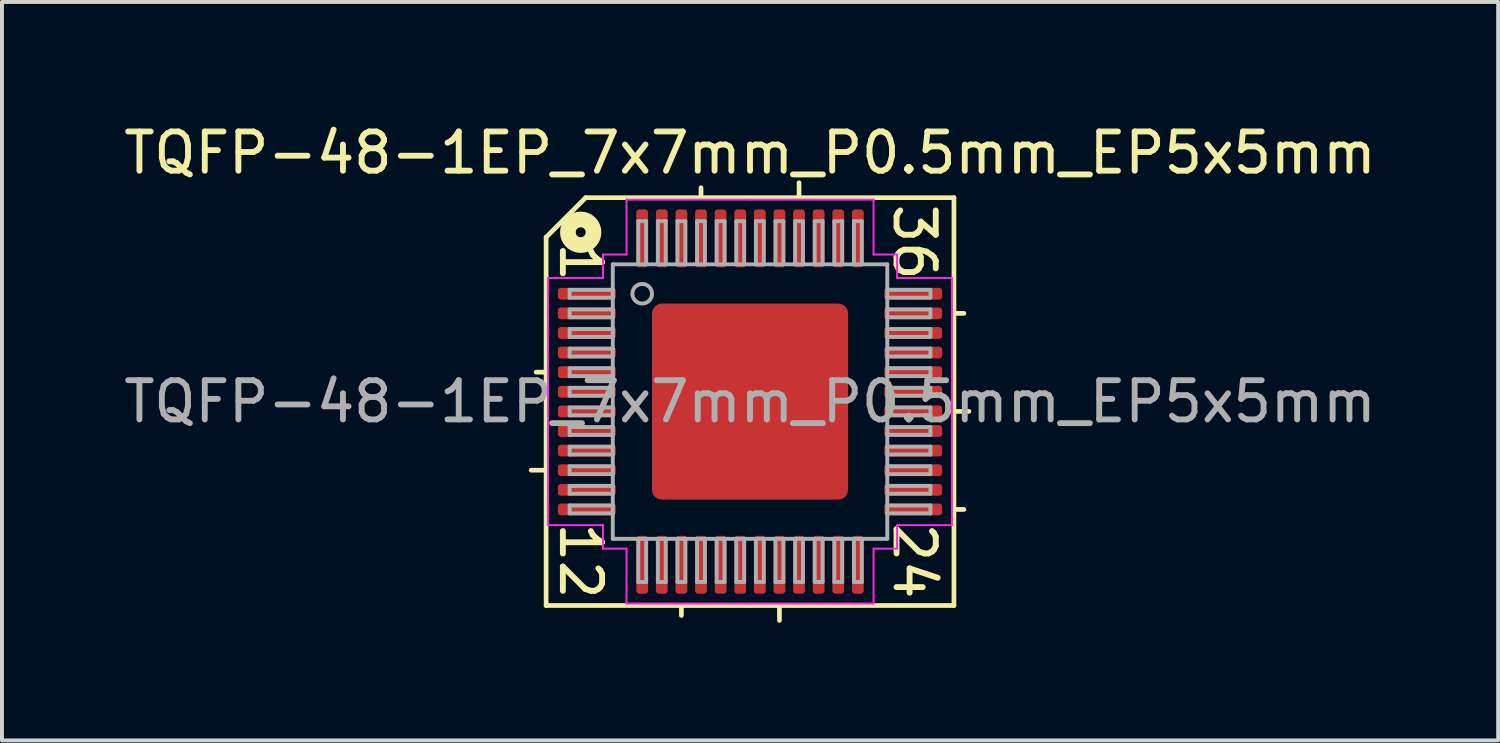
<source format=kicad_pcb>
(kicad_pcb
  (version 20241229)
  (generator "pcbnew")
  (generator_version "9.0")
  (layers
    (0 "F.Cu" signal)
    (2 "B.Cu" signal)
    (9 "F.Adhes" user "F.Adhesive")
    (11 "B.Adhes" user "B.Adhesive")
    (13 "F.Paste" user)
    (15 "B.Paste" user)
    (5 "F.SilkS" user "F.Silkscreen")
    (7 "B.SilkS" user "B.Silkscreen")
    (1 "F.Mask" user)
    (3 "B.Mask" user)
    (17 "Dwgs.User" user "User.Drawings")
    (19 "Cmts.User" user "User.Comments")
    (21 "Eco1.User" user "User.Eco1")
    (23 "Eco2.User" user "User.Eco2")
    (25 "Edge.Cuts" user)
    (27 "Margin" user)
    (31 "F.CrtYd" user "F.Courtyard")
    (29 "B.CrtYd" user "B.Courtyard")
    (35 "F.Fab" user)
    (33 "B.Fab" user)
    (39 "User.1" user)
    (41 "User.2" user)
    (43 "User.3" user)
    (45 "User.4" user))
  (footprint "TQFP-48-1EP_7x7mm_P0.5mm_EP5x5mm"
    (layer "F.Cu")
    (at 16.077 7.191)
    (property "Reference" "TQFP-48-1EP_7x7mm_P0.5mm_EP5x5mm" (at 0 -6.343 0) (layer "F.SilkS") (effects (font (size 1 1) (thickness 0.15))))
    (attr smd)
    (fp_line (start -5.2 -4.191) (end -5.2 5.2) (stroke (width 0.12) (type solid)) (layer "F.SilkS"))
    (fp_line (start -5.2 -0.75) (end -5.454 -0.75) (stroke (width 0.12) (type solid)) (layer "F.SilkS"))
    (fp_line (start -5.2 1.75) (end -5.581 1.75) (stroke (width 0.12) (type solid)) (layer "F.SilkS"))
    (fp_line (start -5.2 5.2) (end 5.2 5.2) (stroke (width 0.12) (type solid)) (layer "F.SilkS"))
    (fp_line (start -4.191 -5.2) (end -5.2 -4.191) (stroke (width 0.12) (type solid)) (layer "F.SilkS"))
    (fp_line (start -1.75 5.2) (end -1.75 5.454) (stroke (width 0.12) (type solid)) (layer "F.SilkS"))
    (fp_line (start -1.25 -5.2) (end -1.25 -5.454) (stroke (width 0.12) (type solid)) (layer "F.SilkS"))
    (fp_line (start 0.75 5.2) (end 0.75 5.581) (stroke (width 0.12) (type solid)) (layer "F.SilkS"))
    (fp_line (start 1.25 -5.2) (end 1.25 -5.581) (stroke (width 0.12) (type solid)) (layer "F.SilkS"))
    (fp_line (start 5.2 -5.2) (end -4.191 -5.2) (stroke (width 0.12) (type solid)) (layer "F.SilkS"))
    (fp_line (start 5.2 -2.25) (end 5.454 -2.25) (stroke (width 0.12) (type solid)) (layer "F.SilkS"))
    (fp_line (start 5.2 0.25) (end 5.581 0.25) (stroke (width 0.12) (type solid)) (layer "F.SilkS"))
    (fp_line (start 5.2 2.75) (end 5.454 2.75) (stroke (width 0.12) (type solid)) (layer "F.SilkS"))
    (fp_line (start 5.2 5.2) (end 5.2 -5.2) (stroke (width 0.12) (type solid)) (layer "F.SilkS"))
    (fp_circle (center -4.318 -4.318) (end -4.191 -4.318) (stroke (width 0.4) (type solid)) (fill no) (layer "F.SilkS"))
    (fp_line (start -5.15 -3.15) (end -5.15 0) (stroke (width 0.05) (type solid)) (layer "F.CrtYd"))
    (fp_line (start -5.15 3.15) (end -5.15 0) (stroke (width 0.05) (type solid)) (layer "F.CrtYd"))
    (fp_line (start -3.75 -3.75) (end -3.75 -3.15) (stroke (width 0.05) (type solid)) (layer "F.CrtYd"))
    (fp_line (start -3.75 -3.15) (end -5.15 -3.15) (stroke (width 0.05) (type solid)) (layer "F.CrtYd"))
    (fp_line (start -3.75 3.15) (end -5.15 3.15) (stroke (width 0.05) (type solid)) (layer "F.CrtYd"))
    (fp_line (start -3.75 3.75) (end -3.75 3.15) (stroke (width 0.05) (type solid)) (layer "F.CrtYd"))
    (fp_line (start -3.15 -5.15) (end -3.15 -3.75) (stroke (width 0.05) (type solid)) (layer "F.CrtYd"))
    (fp_line (start -3.15 -3.75) (end -3.75 -3.75) (stroke (width 0.05) (type solid)) (layer "F.CrtYd"))
    (fp_line (start -3.15 3.75) (end -3.75 3.75) (stroke (width 0.05) (type solid)) (layer "F.CrtYd"))
    (fp_line (start -3.15 5.15) (end -3.15 3.75) (stroke (width 0.05) (type solid)) (layer "F.CrtYd"))
    (fp_line (start 0 -5.15) (end -3.15 -5.15) (stroke (width 0.05) (type solid)) (layer "F.CrtYd"))
    (fp_line (start 0 -5.15) (end 3.15 -5.15) (stroke (width 0.05) (type solid)) (layer "F.CrtYd"))
    (fp_line (start 0 5.15) (end -3.15 5.15) (stroke (width 0.05) (type solid)) (layer "F.CrtYd"))
    (fp_line (start 0 5.15) (end 3.15 5.15) (stroke (width 0.05) (type solid)) (layer "F.CrtYd"))
    (fp_line (start 3.15 -5.15) (end 3.15 -3.75) (stroke (width 0.05) (type solid)) (layer "F.CrtYd"))
    (fp_line (start 3.15 -3.75) (end 3.75 -3.75) (stroke (width 0.05) (type solid)) (layer "F.CrtYd"))
    (fp_line (start 3.15 3.75) (end 3.75 3.75) (stroke (width 0.05) (type solid)) (layer "F.CrtYd"))
    (fp_line (start 3.15 5.15) (end 3.15 3.75) (stroke (width 0.05) (type solid)) (layer "F.CrtYd"))
    (fp_line (start 3.75 -3.75) (end 3.75 -3.15) (stroke (width 0.05) (type solid)) (layer "F.CrtYd"))
    (fp_line (start 3.75 -3.15) (end 5.15 -3.15) (stroke (width 0.05) (type solid)) (layer "F.CrtYd"))
    (fp_line (start 3.75 3.15) (end 5.15 3.15) (stroke (width 0.05) (type solid)) (layer "F.CrtYd"))
    (fp_line (start 3.75 3.75) (end 3.75 3.15) (stroke (width 0.05) (type solid)) (layer "F.CrtYd"))
    (fp_line (start 5.15 -3.15) (end 5.15 0) (stroke (width 0.05) (type solid)) (layer "F.CrtYd"))
    (fp_line (start 5.15 3.15) (end 5.15 0) (stroke (width 0.05) (type solid)) (layer "F.CrtYd"))
    (fp_line (start -4.6 -2.85) (end -4.6 -2.65) (stroke (width 0.1) (type solid)) (layer "F.Fab"))
    (fp_line (start -4.6 -2.85) (end -3.5 -2.85) (stroke (width 0.1) (type solid)) (layer "F.Fab"))
    (fp_line (start -4.6 -2.65) (end -3.5 -2.65) (stroke (width 0.1) (type solid)) (layer "F.Fab"))
    (fp_line (start -4.6 -2.35) (end -4.6 -2.15) (stroke (width 0.1) (type solid)) (layer "F.Fab"))
    (fp_line (start -4.6 -2.35) (end -3.5 -2.35) (stroke (width 0.1) (type solid)) (layer "F.Fab"))
    (fp_line (start -4.6 -2.15) (end -3.5 -2.15) (stroke (width 0.1) (type solid)) (layer "F.Fab"))
    (fp_line (start -4.6 -1.85) (end -4.6 -1.65) (stroke (width 0.1) (type solid)) (layer "F.Fab"))
    (fp_line (start -4.6 -1.85) (end -3.5 -1.85) (stroke (width 0.1) (type solid)) (layer "F.Fab"))
    (fp_line (start -4.6 -1.65) (end -3.5 -1.65) (stroke (width 0.1) (type solid)) (layer "F.Fab"))
    (fp_line (start -4.6 -1.35) (end -4.6 -1.15) (stroke (width 0.1) (type solid)) (layer "F.Fab"))
    (fp_line (start -4.6 -1.35) (end -3.5 -1.35) (stroke (width 0.1) (type solid)) (layer "F.Fab"))
    (fp_line (start -4.6 -1.15) (end -3.5 -1.15) (stroke (width 0.1) (type solid)) (layer "F.Fab"))
    (fp_line (start -4.6 -0.85) (end -4.6 -0.65) (stroke (width 0.1) (type solid)) (layer "F.Fab"))
    (fp_line (start -4.6 -0.85) (end -3.5 -0.85) (stroke (width 0.1) (type solid)) (layer "F.Fab"))
    (fp_line (start -4.6 -0.65) (end -3.5 -0.65) (stroke (width 0.1) (type solid)) (layer "F.Fab"))
    (fp_line (start -4.6 -0.35) (end -4.6 -0.15) (stroke (width 0.1) (type solid)) (layer "F.Fab"))
    (fp_line (start -4.6 -0.35) (end -3.5 -0.35) (stroke (width 0.1) (type solid)) (layer "F.Fab"))
    (fp_line (start -4.6 -0.15) (end -3.5 -0.15) (stroke (width 0.1) (type solid)) (layer "F.Fab"))
    (fp_line (start -4.6 0.15) (end -4.6 0.35) (stroke (width 0.1) (type solid)) (layer "F.Fab"))
    (fp_line (start -4.6 0.15) (end -3.5 0.15) (stroke (width 0.1) (type solid)) (layer "F.Fab"))
    (fp_line (start -4.6 0.35) (end -3.5 0.35) (stroke (width 0.1) (type solid)) (layer "F.Fab"))
    (fp_line (start -4.6 0.65) (end -4.6 0.85) (stroke (width 0.1) (type solid)) (layer "F.Fab"))
    (fp_line (start -4.6 0.65) (end -3.5 0.65) (stroke (width 0.1) (type solid)) (layer "F.Fab"))
    (fp_line (start -4.6 0.85) (end -3.5 0.85) (stroke (width 0.1) (type solid)) (layer "F.Fab"))
    (fp_line (start -4.6 1.15) (end -4.6 1.35) (stroke (width 0.1) (type solid)) (layer "F.Fab"))
    (fp_line (start -4.6 1.15) (end -3.5 1.15) (stroke (width 0.1) (type solid)) (layer "F.Fab"))
    (fp_line (start -4.6 1.35) (end -3.5 1.35) (stroke (width 0.1) (type solid)) (layer "F.Fab"))
    (fp_line (start -4.6 1.65) (end -4.6 1.85) (stroke (width 0.1) (type solid)) (layer "F.Fab"))
    (fp_line (start -4.6 1.65) (end -3.5 1.65) (stroke (width 0.1) (type solid)) (layer "F.Fab"))
    (fp_line (start -4.6 1.85) (end -3.5 1.85) (stroke (width 0.1) (type solid)) (layer "F.Fab"))
    (fp_line (start -4.6 2.15) (end -4.6 2.35) (stroke (width 0.1) (type solid)) (layer "F.Fab"))
    (fp_line (start -4.6 2.15) (end -3.5 2.15) (stroke (width 0.1) (type solid)) (layer "F.Fab"))
    (fp_line (start -4.6 2.35) (end -3.5 2.35) (stroke (width 0.1) (type solid)) (layer "F.Fab"))
    (fp_line (start -4.6 2.65) (end -4.6 2.85) (stroke (width 0.1) (type solid)) (layer "F.Fab"))
    (fp_line (start -4.6 2.65) (end -3.5 2.65) (stroke (width 0.1) (type solid)) (layer "F.Fab"))
    (fp_line (start -4.6 2.85) (end -3.5 2.85) (stroke (width 0.1) (type solid)) (layer "F.Fab"))
    (fp_line (start -3.5 -3.5) (end 3.5 -3.5) (stroke (width 0.1) (type solid)) (layer "F.Fab"))
    (fp_line (start -3.5 3.5) (end -3.5 -3.5) (stroke (width 0.1) (type solid)) (layer "F.Fab"))
    (fp_line (start -2.85 -4.6) (end -2.85 -3.5) (stroke (width 0.1) (type solid)) (layer "F.Fab"))
    (fp_line (start -2.85 4.6) (end -2.85 3.5) (stroke (width 0.1) (type solid)) (layer "F.Fab"))
    (fp_line (start -2.85 4.6) (end -2.65 4.6) (stroke (width 0.1) (type solid)) (layer "F.Fab"))
    (fp_line (start -2.65 -4.6) (end -2.85 -4.6) (stroke (width 0.1) (type solid)) (layer "F.Fab"))
    (fp_line (start -2.65 -4.6) (end -2.65 -3.5) (stroke (width 0.1) (type solid)) (layer "F.Fab"))
    (fp_line (start -2.65 4.6) (end -2.65 3.5) (stroke (width 0.1) (type solid)) (layer "F.Fab"))
    (fp_line (start -2.35 -4.6) (end -2.35 -3.5) (stroke (width 0.1) (type solid)) (layer "F.Fab"))
    (fp_line (start -2.35 4.6) (end -2.35 3.5) (stroke (width 0.1) (type solid)) (layer "F.Fab"))
    (fp_line (start -2.35 4.6) (end -2.15 4.6) (stroke (width 0.1) (type solid)) (layer "F.Fab"))
    (fp_line (start -2.15 -4.6) (end -2.35 -4.6) (stroke (width 0.1) (type solid)) (layer "F.Fab"))
    (fp_line (start -2.15 -4.6) (end -2.15 -3.5) (stroke (width 0.1) (type solid)) (layer "F.Fab"))
    (fp_line (start -2.15 4.6) (end -2.15 3.5) (stroke (width 0.1) (type solid)) (layer "F.Fab"))
    (fp_line (start -1.85 -4.6) (end -1.85 -3.5) (stroke (width 0.1) (type solid)) (layer "F.Fab"))
    (fp_line (start -1.85 4.6) (end -1.85 3.5) (stroke (width 0.1) (type solid)) (layer "F.Fab"))
    (fp_line (start -1.85 4.6) (end -1.65 4.6) (stroke (width 0.1) (type solid)) (layer "F.Fab"))
    (fp_line (start -1.65 -4.6) (end -1.85 -4.6) (stroke (width 0.1) (type solid)) (layer "F.Fab"))
    (fp_line (start -1.65 -4.6) (end -1.65 -3.5) (stroke (width 0.1) (type solid)) (layer "F.Fab"))
    (fp_line (start -1.65 4.6) (end -1.65 3.5) (stroke (width 0.1) (type solid)) (layer "F.Fab"))
    (fp_line (start -1.35 -4.6) (end -1.35 -3.5) (stroke (width 0.1) (type solid)) (layer "F.Fab"))
    (fp_line (start -1.35 4.6) (end -1.35 3.5) (stroke (width 0.1) (type solid)) (layer "F.Fab"))
    (fp_line (start -1.35 4.6) (end -1.15 4.6) (stroke (width 0.1) (type solid)) (layer "F.Fab"))
    (fp_line (start -1.15 -4.6) (end -1.35 -4.6) (stroke (width 0.1) (type solid)) (layer "F.Fab"))
    (fp_line (start -1.15 -4.6) (end -1.15 -3.5) (stroke (width 0.1) (type solid)) (layer "F.Fab"))
    (fp_line (start -1.15 4.6) (end -1.15 3.5) (stroke (width 0.1) (type solid)) (layer "F.Fab"))
    (fp_line (start -0.85 -4.6) (end -0.85 -3.5) (stroke (width 0.1) (type solid)) (layer "F.Fab"))
    (fp_line (start -0.85 4.6) (end -0.85 3.5) (stroke (width 0.1) (type solid)) (layer "F.Fab"))
    (fp_line (start -0.85 4.6) (end -0.65 4.6) (stroke (width 0.1) (type solid)) (layer "F.Fab"))
    (fp_line (start -0.65 -4.6) (end -0.85 -4.6) (stroke (width 0.1) (type solid)) (layer "F.Fab"))
    (fp_line (start -0.65 -4.6) (end -0.65 -3.5) (stroke (width 0.1) (type solid)) (layer "F.Fab"))
    (fp_line (start -0.65 4.6) (end -0.65 3.5) (stroke (width 0.1) (type solid)) (layer "F.Fab"))
    (fp_line (start -0.35 -4.6) (end -0.35 -3.5) (stroke (width 0.1) (type solid)) (layer "F.Fab"))
    (fp_line (start -0.35 4.6) (end -0.35 3.5) (stroke (width 0.1) (type solid)) (layer "F.Fab"))
    (fp_line (start -0.35 4.6) (end -0.15 4.6) (stroke (width 0.1) (type solid)) (layer "F.Fab"))
    (fp_line (start -0.15 -4.6) (end -0.35 -4.6) (stroke (width 0.1) (type solid)) (layer "F.Fab"))
    (fp_line (start -0.15 -4.6) (end -0.15 -3.5) (stroke (width 0.1) (type solid)) (layer "F.Fab"))
    (fp_line (start -0.15 4.6) (end -0.15 3.5) (stroke (width 0.1) (type solid)) (layer "F.Fab"))
    (fp_line (start 0.15 -4.6) (end 0.15 -3.5) (stroke (width 0.1) (type solid)) (layer "F.Fab"))
    (fp_line (start 0.15 4.6) (end 0.15 3.5) (stroke (width 0.1) (type solid)) (layer "F.Fab"))
    (fp_line (start 0.15 4.6) (end 0.35 4.6) (stroke (width 0.1) (type solid)) (layer "F.Fab"))
    (fp_line (start 0.35 -4.6) (end 0.15 -4.6) (stroke (width 0.1) (type solid)) (layer "F.Fab"))
    (fp_line (start 0.35 -4.6) (end 0.35 -3.5) (stroke (width 0.1) (type solid)) (layer "F.Fab"))
    (fp_line (start 0.35 4.6) (end 0.35 3.5) (stroke (width 0.1) (type solid)) (layer "F.Fab"))
    (fp_line (start 0.65 -4.6) (end 0.65 -3.5) (stroke (width 0.1) (type solid)) (layer "F.Fab"))
    (fp_line (start 0.65 4.6) (end 0.65 3.5) (stroke (width 0.1) (type solid)) (layer "F.Fab"))
    (fp_line (start 0.65 4.6) (end 0.85 4.6) (stroke (width 0.1) (type solid)) (layer "F.Fab"))
    (fp_line (start 0.85 -4.6) (end 0.65 -4.6) (stroke (width 0.1) (type solid)) (layer "F.Fab"))
    (fp_line (start 0.85 -4.6) (end 0.85 -3.5) (stroke (width 0.1) (type solid)) (layer "F.Fab"))
    (fp_line (start 0.85 4.6) (end 0.85 3.5) (stroke (width 0.1) (type solid)) (layer "F.Fab"))
    (fp_line (start 1.15 -4.6) (end 1.15 -3.5) (stroke (width 0.1) (type solid)) (layer "F.Fab"))
    (fp_line (start 1.15 4.6) (end 1.15 3.5) (stroke (width 0.1) (type solid)) (layer "F.Fab"))
    (fp_line (start 1.15 4.6) (end 1.35 4.6) (stroke (width 0.1) (type solid)) (layer "F.Fab"))
    (fp_line (start 1.35 -4.6) (end 1.15 -4.6) (stroke (width 0.1) (type solid)) (layer "F.Fab"))
    (fp_line (start 1.35 -4.6) (end 1.35 -3.5) (stroke (width 0.1) (type solid)) (layer "F.Fab"))
    (fp_line (start 1.35 4.6) (end 1.35 3.5) (stroke (width 0.1) (type solid)) (layer "F.Fab"))
    (fp_line (start 1.65 -4.6) (end 1.65 -3.5) (stroke (width 0.1) (type solid)) (layer "F.Fab"))
    (fp_line (start 1.65 4.6) (end 1.65 3.5) (stroke (width 0.1) (type solid)) (layer "F.Fab"))
    (fp_line (start 1.65 4.6) (end 1.85 4.6) (stroke (width 0.1) (type solid)) (layer "F.Fab"))
    (fp_line (start 1.85 -4.6) (end 1.65 -4.6) (stroke (width 0.1) (type solid)) (layer "F.Fab"))
    (fp_line (start 1.85 -4.6) (end 1.85 -3.5) (stroke (width 0.1) (type solid)) (layer "F.Fab"))
    (fp_line (start 1.85 4.6) (end 1.85 3.5) (stroke (width 0.1) (type solid)) (layer "F.Fab"))
    (fp_line (start 2.15 -4.6) (end 2.15 -3.5) (stroke (width 0.1) (type solid)) (layer "F.Fab"))
    (fp_line (start 2.15 4.6) (end 2.15 3.5) (stroke (width 0.1) (type solid)) (layer "F.Fab"))
    (fp_line (start 2.15 4.6) (end 2.35 4.6) (stroke (width 0.1) (type solid)) (layer "F.Fab"))
    (fp_line (start 2.35 -4.6) (end 2.15 -4.6) (stroke (width 0.1) (type solid)) (layer "F.Fab"))
    (fp_line (start 2.35 -4.6) (end 2.35 -3.5) (stroke (width 0.1) (type solid)) (layer "F.Fab"))
    (fp_line (start 2.35 4.6) (end 2.35 3.5) (stroke (width 0.1) (type solid)) (layer "F.Fab"))
    (fp_line (start 2.65 -4.6) (end 2.65 -3.5) (stroke (width 0.1) (type solid)) (layer "F.Fab"))
    (fp_line (start 2.65 4.6) (end 2.65 3.5) (stroke (width 0.1) (type solid)) (layer "F.Fab"))
    (fp_line (start 2.65 4.6) (end 2.85 4.6) (stroke (width 0.1) (type solid)) (layer "F.Fab"))
    (fp_line (start 2.85 -4.6) (end 2.65 -4.6) (stroke (width 0.1) (type solid)) (layer "F.Fab"))
    (fp_line (start 2.85 -4.6) (end 2.85 -3.5) (stroke (width 0.1) (type solid)) (layer "F.Fab"))
    (fp_line (start 2.85 4.6) (end 2.85 3.5) (stroke (width 0.1) (type solid)) (layer "F.Fab"))
    (fp_line (start 3.5 -3.5) (end 3.5 3.5) (stroke (width 0.1) (type solid)) (layer "F.Fab"))
    (fp_line (start 3.5 3.5) (end -3.5 3.5) (stroke (width 0.1) (type solid)) (layer "F.Fab"))
    (fp_line (start 4.6 -2.85) (end 3.5 -2.85) (stroke (width 0.1) (type solid)) (layer "F.Fab"))
    (fp_line (start 4.6 -2.65) (end 3.5 -2.65) (stroke (width 0.1) (type solid)) (layer "F.Fab"))
    (fp_line (start 4.6 -2.65) (end 4.6 -2.85) (stroke (width 0.1) (type solid)) (layer "F.Fab"))
    (fp_line (start 4.6 -2.35) (end 3.5 -2.35) (stroke (width 0.1) (type solid)) (layer "F.Fab"))
    (fp_line (start 4.6 -2.15) (end 3.5 -2.15) (stroke (width 0.1) (type solid)) (layer "F.Fab"))
    (fp_line (start 4.6 -2.15) (end 4.6 -2.35) (stroke (width 0.1) (type solid)) (layer "F.Fab"))
    (fp_line (start 4.6 -1.85) (end 3.5 -1.85) (stroke (width 0.1) (type solid)) (layer "F.Fab"))
    (fp_line (start 4.6 -1.65) (end 3.5 -1.65) (stroke (width 0.1) (type solid)) (layer "F.Fab"))
    (fp_line (start 4.6 -1.65) (end 4.6 -1.85) (stroke (width 0.1) (type solid)) (layer "F.Fab"))
    (fp_line (start 4.6 -1.35) (end 3.5 -1.35) (stroke (width 0.1) (type solid)) (layer "F.Fab"))
    (fp_line (start 4.6 -1.15) (end 3.5 -1.15) (stroke (width 0.1) (type solid)) (layer "F.Fab"))
    (fp_line (start 4.6 -1.15) (end 4.6 -1.35) (stroke (width 0.1) (type solid)) (layer "F.Fab"))
    (fp_line (start 4.6 -0.85) (end 3.5 -0.85) (stroke (width 0.1) (type solid)) (layer "F.Fab"))
    (fp_line (start 4.6 -0.65) (end 3.5 -0.65) (stroke (width 0.1) (type solid)) (layer "F.Fab"))
    (fp_line (start 4.6 -0.65) (end 4.6 -0.85) (stroke (width 0.1) (type solid)) (layer "F.Fab"))
    (fp_line (start 4.6 -0.35) (end 3.5 -0.35) (stroke (width 0.1) (type solid)) (layer "F.Fab"))
    (fp_line (start 4.6 -0.15) (end 3.5 -0.15) (stroke (width 0.1) (type solid)) (layer "F.Fab"))
    (fp_line (start 4.6 -0.15) (end 4.6 -0.35) (stroke (width 0.1) (type solid)) (layer "F.Fab"))
    (fp_line (start 4.6 0.15) (end 3.5 0.15) (stroke (width 0.1) (type solid)) (layer "F.Fab"))
    (fp_line (start 4.6 0.35) (end 3.5 0.35) (stroke (width 0.1) (type solid)) (layer "F.Fab"))
    (fp_line (start 4.6 0.35) (end 4.6 0.15) (stroke (width 0.1) (type solid)) (layer "F.Fab"))
    (fp_line (start 4.6 0.65) (end 3.5 0.65) (stroke (width 0.1) (type solid)) (layer "F.Fab"))
    (fp_line (start 4.6 0.85) (end 3.5 0.85) (stroke (width 0.1) (type solid)) (layer "F.Fab"))
    (fp_line (start 4.6 0.85) (end 4.6 0.65) (stroke (width 0.1) (type solid)) (layer "F.Fab"))
    (fp_line (start 4.6 1.15) (end 3.5 1.15) (stroke (width 0.1) (type solid)) (layer "F.Fab"))
    (fp_line (start 4.6 1.35) (end 3.5 1.35) (stroke (width 0.1) (type solid)) (layer "F.Fab"))
    (fp_line (start 4.6 1.35) (end 4.6 1.15) (stroke (width 0.1) (type solid)) (layer "F.Fab"))
    (fp_line (start 4.6 1.65) (end 3.5 1.65) (stroke (width 0.1) (type solid)) (layer "F.Fab"))
    (fp_line (start 4.6 1.85) (end 3.5 1.85) (stroke (width 0.1) (type solid)) (layer "F.Fab"))
    (fp_line (start 4.6 1.85) (end 4.6 1.65) (stroke (width 0.1) (type solid)) (layer "F.Fab"))
    (fp_line (start 4.6 2.15) (end 3.5 2.15) (stroke (width 0.1) (type solid)) (layer "F.Fab"))
    (fp_line (start 4.6 2.35) (end 3.5 2.35) (stroke (width 0.1) (type solid)) (layer "F.Fab"))
    (fp_line (start 4.6 2.35) (end 4.6 2.15) (stroke (width 0.1) (type solid)) (layer "F.Fab"))
    (fp_line (start 4.6 2.65) (end 3.5 2.65) (stroke (width 0.1) (type solid)) (layer "F.Fab"))
    (fp_line (start 4.6 2.85) (end 3.5 2.85) (stroke (width 0.1) (type solid)) (layer "F.Fab"))
    (fp_line (start 4.6 2.85) (end 4.6 2.65) (stroke (width 0.1) (type solid)) (layer "F.Fab"))
    (fp_circle (center -2.75 -2.75) (end -2.5 -2.75) (stroke (width 0.1) (type solid)) (fill no) (layer "F.Fab"))
    (fp_text user "12" (at -4.318 4.064 270) (unlocked yes) (layer "F.SilkS") (effects (font (size 1 1) (thickness 0.15))))
    (fp_text user "1" (at -4.318 -3.556 270) (unlocked yes) (layer "F.SilkS") (effects (font (size 1 1) (thickness 0.15))))
    (fp_text user "24" (at 4.191 4.064 270) (unlocked yes) (layer "F.SilkS") (effects (font (size 1 1) (thickness 0.15))))
    (fp_text user "36" (at 4.191 -4.064 270) (unlocked yes) (layer "F.SilkS") (effects (font (size 1 1) (thickness 0.15))))
    (fp_text user "${REFERENCE}" (at 0 0 0) (layer "F.Fab") (effects (font (size 1 1) (thickness 0.15))))
    (pad "" smd roundrect (at -1.875 -1.875) (size 1.01 1.01) (layers "F.Paste") (roundrect_rratio 0.248))
    (pad "" smd roundrect (at -1.875 -0.625) (size 1.01 1.01) (layers "F.Paste") (roundrect_rratio 0.248))
    (pad "" smd roundrect (at -1.875 0.625) (size 1.01 1.01) (layers "F.Paste") (roundrect_rratio 0.248))
    (pad "" smd roundrect (at -1.875 1.875) (size 1.01 1.01) (layers "F.Paste") (roundrect_rratio 0.248))
    (pad "" smd roundrect (at -0.625 -1.875) (size 1.01 1.01) (layers "F.Paste") (roundrect_rratio 0.248))
    (pad "" smd roundrect (at -0.625 -0.625) (size 1.01 1.01) (layers "F.Paste") (roundrect_rratio 0.248))
    (pad "" smd roundrect (at -0.625 0.625) (size 1.01 1.01) (layers "F.Paste") (roundrect_rratio 0.248))
    (pad "" smd roundrect (at -0.625 1.875) (size 1.01 1.01) (layers "F.Paste") (roundrect_rratio 0.248))
    (pad "" smd roundrect (at 0.625 -1.875) (size 1.01 1.01) (layers "F.Paste") (roundrect_rratio 0.248))
    (pad "" smd roundrect (at 0.625 -0.625) (size 1.01 1.01) (layers "F.Paste") (roundrect_rratio 0.248))
    (pad "" smd roundrect (at 0.625 0.625) (size 1.01 1.01) (layers "F.Paste") (roundrect_rratio 0.248))
    (pad "" smd roundrect (at 0.625 1.875) (size 1.01 1.01) (layers "F.Paste") (roundrect_rratio 0.248))
    (pad "" smd roundrect (at 1.875 -1.875) (size 1.01 1.01) (layers "F.Paste") (roundrect_rratio 0.248))
    (pad "" smd roundrect (at 1.875 -0.625) (size 1.01 1.01) (layers "F.Paste") (roundrect_rratio 0.248))
    (pad "" smd roundrect (at 1.875 0.625) (size 1.01 1.01) (layers "F.Paste") (roundrect_rratio 0.248))
    (pad "" smd roundrect (at 1.875 1.875) (size 1.01 1.01) (layers "F.Paste") (roundrect_rratio 0.248))
    (pad "1" smd roundrect (at -4.162 -2.75) (size 1.475 0.3) (layers "F.Cu" "F.Mask" "F.Paste") (roundrect_rratio 0.25))
    (pad "2" smd roundrect (at -4.162 -2.25) (size 1.475 0.3) (layers "F.Cu" "F.Mask" "F.Paste") (roundrect_rratio 0.25))
    (pad "3" smd roundrect (at -4.162 -1.75) (size 1.475 0.3) (layers "F.Cu" "F.Mask" "F.Paste") (roundrect_rratio 0.25))
    (pad "4" smd roundrect (at -4.162 -1.25) (size 1.475 0.3) (layers "F.Cu" "F.Mask" "F.Paste") (roundrect_rratio 0.25))
    (pad "5" smd roundrect (at -4.162 -0.75) (size 1.475 0.3) (layers "F.Cu" "F.Mask" "F.Paste") (roundrect_rratio 0.25))
    (pad "6" smd roundrect (at -4.162 -0.25) (size 1.475 0.3) (layers "F.Cu" "F.Mask" "F.Paste") (roundrect_rratio 0.25))
    (pad "7" smd roundrect (at -4.162 0.25) (size 1.475 0.3) (layers "F.Cu" "F.Mask" "F.Paste") (roundrect_rratio 0.25))
    (pad "8" smd roundrect (at -4.162 0.75) (size 1.475 0.3) (layers "F.Cu" "F.Mask" "F.Paste") (roundrect_rratio 0.25))
    (pad "9" smd roundrect (at -4.162 1.25) (size 1.475 0.3) (layers "F.Cu" "F.Mask" "F.Paste") (roundrect_rratio 0.25))
    (pad "10" smd roundrect (at -4.162 1.75) (size 1.475 0.3) (layers "F.Cu" "F.Mask" "F.Paste") (roundrect_rratio 0.25))
    (pad "11" smd roundrect (at -4.162 2.25) (size 1.475 0.3) (layers "F.Cu" "F.Mask" "F.Paste") (roundrect_rratio 0.25))
    (pad "12" smd roundrect (at -4.162 2.75) (size 1.475 0.3) (layers "F.Cu" "F.Mask" "F.Paste") (roundrect_rratio 0.25))
    (pad "13" smd roundrect (at -2.75 4.162) (size 0.3 1.475) (layers "F.Cu" "F.Mask" "F.Paste") (roundrect_rratio 0.25))
    (pad "14" smd roundrect (at -2.25 4.162) (size 0.3 1.475) (layers "F.Cu" "F.Mask" "F.Paste") (roundrect_rratio 0.25))
    (pad "15" smd roundrect (at -1.75 4.162) (size 0.3 1.475) (layers "F.Cu" "F.Mask" "F.Paste") (roundrect_rratio 0.25))
    (pad "16" smd roundrect (at -1.25 4.162) (size 0.3 1.475) (layers "F.Cu" "F.Mask" "F.Paste") (roundrect_rratio 0.25))
    (pad "17" smd roundrect (at -0.75 4.162) (size 0.3 1.475) (layers "F.Cu" "F.Mask" "F.Paste") (roundrect_rratio 0.25))
    (pad "18" smd roundrect (at -0.25 4.162) (size 0.3 1.475) (layers "F.Cu" "F.Mask" "F.Paste") (roundrect_rratio 0.25))
    (pad "19" smd roundrect (at 0.25 4.162) (size 0.3 1.475) (layers "F.Cu" "F.Mask" "F.Paste") (roundrect_rratio 0.25))
    (pad "20" smd roundrect (at 0.75 4.162) (size 0.3 1.475) (layers "F.Cu" "F.Mask" "F.Paste") (roundrect_rratio 0.25))
    (pad "21" smd roundrect (at 1.25 4.162) (size 0.3 1.475) (layers "F.Cu" "F.Mask" "F.Paste") (roundrect_rratio 0.25))
    (pad "22" smd roundrect (at 1.75 4.162) (size 0.3 1.475) (layers "F.Cu" "F.Mask" "F.Paste") (roundrect_rratio 0.25))
    (pad "23" smd roundrect (at 2.25 4.162) (size 0.3 1.475) (layers "F.Cu" "F.Mask" "F.Paste") (roundrect_rratio 0.25))
    (pad "24" smd roundrect (at 2.75 4.162) (size 0.3 1.475) (layers "F.Cu" "F.Mask" "F.Paste") (roundrect_rratio 0.25))
    (pad "25" smd roundrect (at 4.162 2.75) (size 1.475 0.3) (layers "F.Cu" "F.Mask" "F.Paste") (roundrect_rratio 0.25))
    (pad "26" smd roundrect (at 4.162 2.25) (size 1.475 0.3) (layers "F.Cu" "F.Mask" "F.Paste") (roundrect_rratio 0.25))
    (pad "27" smd roundrect (at 4.162 1.75) (size 1.475 0.3) (layers "F.Cu" "F.Mask" "F.Paste") (roundrect_rratio 0.25))
    (pad "28" smd roundrect (at 4.162 1.25) (size 1.475 0.3) (layers "F.Cu" "F.Mask" "F.Paste") (roundrect_rratio 0.25))
    (pad "29" smd roundrect (at 4.162 0.75) (size 1.475 0.3) (layers "F.Cu" "F.Mask" "F.Paste") (roundrect_rratio 0.25))
    (pad "30" smd roundrect (at 4.162 0.25) (size 1.475 0.3) (layers "F.Cu" "F.Mask" "F.Paste") (roundrect_rratio 0.25))
    (pad "31" smd roundrect (at 4.162 -0.25) (size 1.475 0.3) (layers "F.Cu" "F.Mask" "F.Paste") (roundrect_rratio 0.25))
    (pad "32" smd roundrect (at 4.162 -0.75) (size 1.475 0.3) (layers "F.Cu" "F.Mask" "F.Paste") (roundrect_rratio 0.25))
    (pad "33" smd roundrect (at 4.162 -1.25) (size 1.475 0.3) (layers "F.Cu" "F.Mask" "F.Paste") (roundrect_rratio 0.25))
    (pad "34" smd roundrect (at 4.162 -1.75) (size 1.475 0.3) (layers "F.Cu" "F.Mask" "F.Paste") (roundrect_rratio 0.25))
    (pad "35" smd roundrect (at 4.162 -2.25) (size 1.475 0.3) (layers "F.Cu" "F.Mask" "F.Paste") (roundrect_rratio 0.25))
    (pad "36" smd roundrect (at 4.162 -2.75) (size 1.475 0.3) (layers "F.Cu" "F.Mask" "F.Paste") (roundrect_rratio 0.25))
    (pad "37" smd roundrect (at 2.75 -4.162) (size 0.3 1.475) (layers "F.Cu" "F.Mask" "F.Paste") (roundrect_rratio 0.25))
    (pad "38" smd roundrect (at 2.25 -4.162) (size 0.3 1.475) (layers "F.Cu" "F.Mask" "F.Paste") (roundrect_rratio 0.25))
    (pad "39" smd roundrect (at 1.75 -4.162) (size 0.3 1.475) (layers "F.Cu" "F.Mask" "F.Paste") (roundrect_rratio 0.25))
    (pad "40" smd roundrect (at 1.25 -4.162) (size 0.3 1.475) (layers "F.Cu" "F.Mask" "F.Paste") (roundrect_rratio 0.25))
    (pad "41" smd roundrect (at 0.75 -4.162) (size 0.3 1.475) (layers "F.Cu" "F.Mask" "F.Paste") (roundrect_rratio 0.25))
    (pad "42" smd roundrect (at 0.25 -4.162) (size 0.3 1.475) (layers "F.Cu" "F.Mask" "F.Paste") (roundrect_rratio 0.25))
    (pad "43" smd roundrect (at -0.25 -4.162) (size 0.3 1.475) (layers "F.Cu" "F.Mask" "F.Paste") (roundrect_rratio 0.25))
    (pad "44" smd roundrect (at -0.75 -4.162) (size 0.3 1.475) (layers "F.Cu" "F.Mask" "F.Paste") (roundrect_rratio 0.25))
    (pad "45" smd roundrect (at -1.25 -4.162) (size 0.3 1.475) (layers "F.Cu" "F.Mask" "F.Paste") (roundrect_rratio 0.25))
    (pad "46" smd roundrect (at -1.75 -4.162) (size 0.3 1.475) (layers "F.Cu" "F.Mask" "F.Paste") (roundrect_rratio 0.25))
    (pad "47" smd roundrect (at -2.25 -4.162) (size 0.3 1.475) (layers "F.Cu" "F.Mask" "F.Paste") (roundrect_rratio 0.25))
    (pad "48" smd roundrect (at -2.75 -4.162) (size 0.3 1.475) (layers "F.Cu" "F.Mask" "F.Paste") (roundrect_rratio 0.25))
    (pad "49" smd roundrect (at 0 0) (size 5 5) (layers "F.Cu" "F.Mask") (roundrect_rratio 0.05)))
  (gr_rect
    (start -3 -3)
    (end 35.155 15.832)
    (stroke (width 0.1) (type default))
    (fill no)
    (layer "Edge.Cuts")))
</source>
